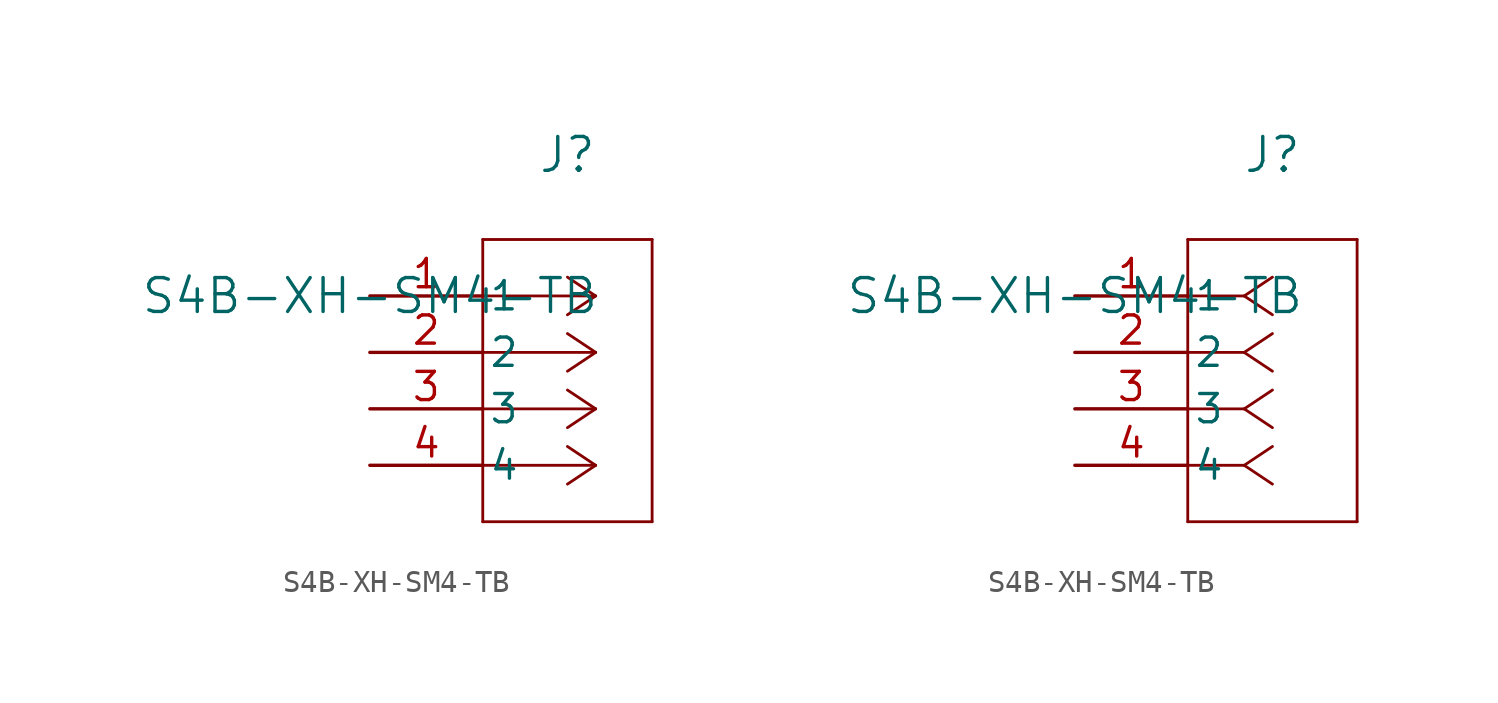
<source format=kicad_sym>
(kicad_symbol_lib
  (version 20211014)
  (generator kicad_symbol_editor)
  (symbol "S4B-XH-SM4-TB"
    (pin_names
      (offset 0.254))
    (property "Reference" "J"
      (at 8.89 6.35 0)
      (effects (font (size 1.524 1.524))))
    (property "Value" "S4B-XH-SM4-TB"
      (at 0 0 0)
      (effects (font (size 1.524 1.524))))
    (symbol "S4B-XH-SM4-TB_1_1"
      (polyline (pts (xy 10.16 0) (xy 5.08 0)) (stroke (width 0.127) (type default) (color 0 0 0 0)) (fill (type none)))
      (polyline (pts (xy 10.16 -2.54) (xy 5.08 -2.54)) (stroke (width 0.127) (type default) (color 0 0 0 0)) (fill (type none)))
      (polyline (pts (xy 10.16 -5.08) (xy 5.08 -5.08)) (stroke (width 0.127) (type default) (color 0 0 0 0)) (fill (type none)))
      (polyline (pts (xy 10.16 -7.62) (xy 5.08 -7.62)) (stroke (width 0.127) (type default) (color 0 0 0 0)) (fill (type none)))
      (polyline (pts (xy 10.16 0) (xy 8.89 0.847)) (stroke (width 0.127) (type default) (color 0 0 0 0)) (fill (type none)))
      (polyline (pts (xy 10.16 -2.54) (xy 8.89 -1.693)) (stroke (width 0.127) (type default) (color 0 0 0 0)) (fill (type none)))
      (polyline (pts (xy 10.16 -5.08) (xy 8.89 -4.233)) (stroke (width 0.127) (type default) (color 0 0 0 0)) (fill (type none)))
      (polyline (pts (xy 10.16 -7.62) (xy 8.89 -6.773)) (stroke (width 0.127) (type default) (color 0 0 0 0)) (fill (type none)))
      (polyline (pts (xy 10.16 0) (xy 8.89 -0.847)) (stroke (width 0.127) (type default) (color 0 0 0 0)) (fill (type none)))
      (polyline (pts (xy 10.16 -2.54) (xy 8.89 -3.387)) (stroke (width 0.127) (type default) (color 0 0 0 0)) (fill (type none)))
      (polyline (pts (xy 10.16 -5.08) (xy 8.89 -5.927)) (stroke (width 0.127) (type default) (color 0 0 0 0)) (fill (type none)))
      (polyline (pts (xy 10.16 -7.62) (xy 8.89 -8.467)) (stroke (width 0.127) (type default) (color 0 0 0 0)) (fill (type none)))
      (polyline (pts (xy 5.08 2.54) (xy 5.08 -10.16)) (stroke (width 0.127) (type default) (color 0 0 0 0)) (fill (type none)))
      (polyline (pts (xy 5.08 -10.16) (xy 12.7 -10.16)) (stroke (width 0.127) (type default) (color 0 0 0 0)) (fill (type none)))
      (polyline (pts (xy 12.7 -10.16) (xy 12.7 2.54)) (stroke (width 0.127) (type default) (color 0 0 0 0)) (fill (type none)))
      (polyline (pts (xy 12.7 2.54) (xy 5.08 2.54)) (stroke (width 0.127) (type default) (color 0 0 0 0)) (fill (type none)))
      (pin unspecified line (at 0 0 0) (length 5.08) (name "1" (effects (font (size 1.27 1.27)))) (number "1" (effects (font (size 1.27 1.27)))))
      (pin unspecified line (at 0 -2.54 0) (length 5.08) (name "2" (effects (font (size 1.27 1.27)))) (number "2" (effects (font (size 1.27 1.27)))))
      (pin unspecified line (at 0 -5.08 0) (length 5.08) (name "3" (effects (font (size 1.27 1.27)))) (number "3" (effects (font (size 1.27 1.27)))))
      (pin unspecified line (at 0 -7.62 0) (length 5.08) (name "4" (effects (font (size 1.27 1.27)))) (number "4" (effects (font (size 1.27 1.27))))))
    (symbol "S4B-XH-SM4-TB_1_2"
      (polyline (pts (xy 7.62 0) (xy 5.08 0)) (stroke (width 0.127) (type default) (color 0 0 0 0)) (fill (type none)))
      (polyline (pts (xy 7.62 -2.54) (xy 5.08 -2.54)) (stroke (width 0.127) (type default) (color 0 0 0 0)) (fill (type none)))
      (polyline (pts (xy 7.62 -5.08) (xy 5.08 -5.08)) (stroke (width 0.127) (type default) (color 0 0 0 0)) (fill (type none)))
      (polyline (pts (xy 7.62 -7.62) (xy 5.08 -7.62)) (stroke (width 0.127) (type default) (color 0 0 0 0)) (fill (type none)))
      (polyline (pts (xy 7.62 0) (xy 8.89 0.847)) (stroke (width 0.127) (type default) (color 0 0 0 0)) (fill (type none)))
      (polyline (pts (xy 7.62 -2.54) (xy 8.89 -1.693)) (stroke (width 0.127) (type default) (color 0 0 0 0)) (fill (type none)))
      (polyline (pts (xy 7.62 -5.08) (xy 8.89 -4.233)) (stroke (width 0.127) (type default) (color 0 0 0 0)) (fill (type none)))
      (polyline (pts (xy 7.62 -7.62) (xy 8.89 -6.773)) (stroke (width 0.127) (type default) (color 0 0 0 0)) (fill (type none)))
      (polyline (pts (xy 7.62 0) (xy 8.89 -0.847)) (stroke (width 0.127) (type default) (color 0 0 0 0)) (fill (type none)))
      (polyline (pts (xy 7.62 -2.54) (xy 8.89 -3.387)) (stroke (width 0.127) (type default) (color 0 0 0 0)) (fill (type none)))
      (polyline (pts (xy 7.62 -5.08) (xy 8.89 -5.927)) (stroke (width 0.127) (type default) (color 0 0 0 0)) (fill (type none)))
      (polyline (pts (xy 7.62 -7.62) (xy 8.89 -8.467)) (stroke (width 0.127) (type default) (color 0 0 0 0)) (fill (type none)))
      (polyline (pts (xy 5.08 2.54) (xy 5.08 -10.16)) (stroke (width 0.127) (type default) (color 0 0 0 0)) (fill (type none)))
      (polyline (pts (xy 5.08 -10.16) (xy 12.7 -10.16)) (stroke (width 0.127) (type default) (color 0 0 0 0)) (fill (type none)))
      (polyline (pts (xy 12.7 -10.16) (xy 12.7 2.54)) (stroke (width 0.127) (type default) (color 0 0 0 0)) (fill (type none)))
      (polyline (pts (xy 12.7 2.54) (xy 5.08 2.54)) (stroke (width 0.127) (type default) (color 0 0 0 0)) (fill (type none)))
      (pin unspecified line (at 0 0 0) (length 5.08) (name "1" (effects (font (size 1.27 1.27)))) (number "1" (effects (font (size 1.27 1.27)))))
      (pin unspecified line (at 0 -2.54 0) (length 5.08) (name "2" (effects (font (size 1.27 1.27)))) (number "2" (effects (font (size 1.27 1.27)))))
      (pin unspecified line (at 0 -5.08 0) (length 5.08) (name "3" (effects (font (size 1.27 1.27)))) (number "3" (effects (font (size 1.27 1.27)))))
      (pin unspecified line (at 0 -7.62 0) (length 5.08) (name "4" (effects (font (size 1.27 1.27)))) (number "4" (effects (font (size 1.27 1.27))))))))
</source>
